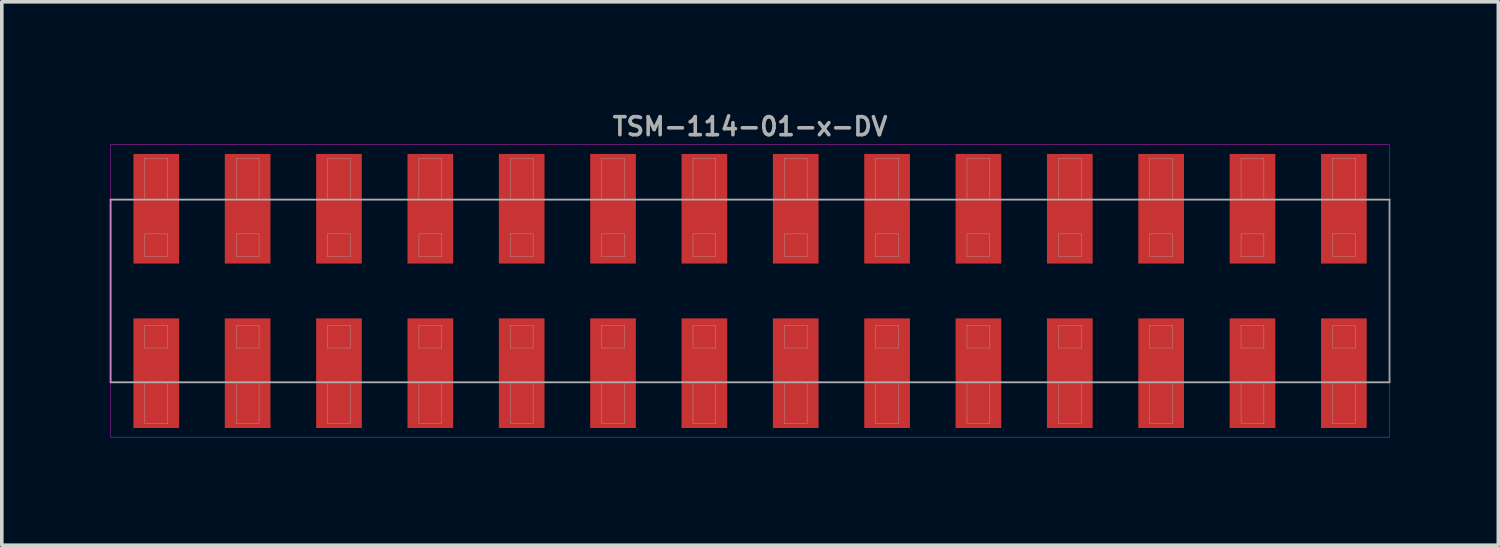
<source format=kicad_pcb>
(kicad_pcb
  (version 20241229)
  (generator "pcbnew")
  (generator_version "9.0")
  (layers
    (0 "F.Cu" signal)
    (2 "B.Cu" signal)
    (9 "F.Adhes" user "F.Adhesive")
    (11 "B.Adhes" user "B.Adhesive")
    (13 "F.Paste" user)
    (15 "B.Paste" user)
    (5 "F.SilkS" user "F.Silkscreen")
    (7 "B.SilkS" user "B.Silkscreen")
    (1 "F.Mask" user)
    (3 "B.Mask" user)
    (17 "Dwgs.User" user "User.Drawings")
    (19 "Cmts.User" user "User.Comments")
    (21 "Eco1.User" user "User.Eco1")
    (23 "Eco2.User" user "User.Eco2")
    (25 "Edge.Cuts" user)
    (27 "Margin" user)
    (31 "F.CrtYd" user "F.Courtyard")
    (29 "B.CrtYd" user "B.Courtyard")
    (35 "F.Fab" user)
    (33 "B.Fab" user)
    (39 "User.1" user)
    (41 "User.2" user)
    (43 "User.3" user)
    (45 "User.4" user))
  (footprint "TSM-114-01-x-DV"
    (layer "F.Cu")
    (at 17.805 5.04)
    (property "Reference" "TSM-114-01-x-DV" (at 0 -4.572 0) (layer "F.Fab") (effects (font (size 0.5 0.5) (thickness 0.1))))
    (attr smd)
    (fp_line (start -17.78 -4.064) (end -17.78 4.064) (stroke (width 0.01) (type solid)) (layer "F.CrtYd"))
    (fp_line (start -17.78 4.064) (end 17.78 4.064) (stroke (width 0.01) (type solid)) (layer "F.CrtYd"))
    (fp_line (start 17.78 -4.064) (end -17.78 -4.064) (stroke (width 0.01) (type solid)) (layer "F.CrtYd"))
    (fp_line (start 17.78 4.064) (end 17.78 -4.064) (stroke (width 0.01) (type solid)) (layer "F.CrtYd"))
    (fp_line (start -17.78 -2.54) (end 17.78 -2.54) (stroke (width 0.05) (type solid)) (layer "F.Fab"))
    (fp_line (start -17.78 2.54) (end -17.78 -2.54) (stroke (width 0.05) (type solid)) (layer "F.Fab"))
    (fp_line (start -16.828 -3.683) (end -16.192 -3.683) (stroke (width 0.01) (type solid)) (layer "F.Fab"))
    (fp_line (start -16.828 -2.54) (end -16.828 -3.683) (stroke (width 0.01) (type solid)) (layer "F.Fab"))
    (fp_line (start -16.828 -1.587) (end -16.828 -0.953) (stroke (width 0.01) (type solid)) (layer "F.Fab"))
    (fp_line (start -16.828 -0.953) (end -16.192 -0.953) (stroke (width 0.01) (type solid)) (layer "F.Fab"))
    (fp_line (start -16.828 0.953) (end -16.828 1.587) (stroke (width 0.01) (type solid)) (layer "F.Fab"))
    (fp_line (start -16.828 1.587) (end -16.192 1.587) (stroke (width 0.01) (type solid)) (layer "F.Fab"))
    (fp_line (start -16.828 3.683) (end -16.828 2.54) (stroke (width 0.01) (type solid)) (layer "F.Fab"))
    (fp_line (start -16.192 -3.683) (end -16.192 -2.54) (stroke (width 0.01) (type solid)) (layer "F.Fab"))
    (fp_line (start -16.192 -1.587) (end -16.828 -1.587) (stroke (width 0.01) (type solid)) (layer "F.Fab"))
    (fp_line (start -16.192 -0.953) (end -16.192 -1.587) (stroke (width 0.01) (type solid)) (layer "F.Fab"))
    (fp_line (start -16.192 0.953) (end -16.828 0.953) (stroke (width 0.01) (type solid)) (layer "F.Fab"))
    (fp_line (start -16.192 1.587) (end -16.192 0.953) (stroke (width 0.01) (type solid)) (layer "F.Fab"))
    (fp_line (start -16.192 2.54) (end -16.192 3.683) (stroke (width 0.01) (type solid)) (layer "F.Fab"))
    (fp_line (start -16.192 3.683) (end -16.828 3.683) (stroke (width 0.01) (type solid)) (layer "F.Fab"))
    (fp_line (start -14.287 -3.683) (end -13.652 -3.683) (stroke (width 0.01) (type solid)) (layer "F.Fab"))
    (fp_line (start -14.287 -2.54) (end -14.287 -3.683) (stroke (width 0.01) (type solid)) (layer "F.Fab"))
    (fp_line (start -14.287 -1.587) (end -14.287 -0.953) (stroke (width 0.01) (type solid)) (layer "F.Fab"))
    (fp_line (start -14.287 -0.953) (end -13.652 -0.953) (stroke (width 0.01) (type solid)) (layer "F.Fab"))
    (fp_line (start -14.287 0.953) (end -14.287 1.587) (stroke (width 0.01) (type solid)) (layer "F.Fab"))
    (fp_line (start -14.287 1.587) (end -13.652 1.587) (stroke (width 0.01) (type solid)) (layer "F.Fab"))
    (fp_line (start -14.287 3.683) (end -14.287 2.54) (stroke (width 0.01) (type solid)) (layer "F.Fab"))
    (fp_line (start -13.652 -3.683) (end -13.652 -2.54) (stroke (width 0.01) (type solid)) (layer "F.Fab"))
    (fp_line (start -13.652 -1.587) (end -14.287 -1.587) (stroke (width 0.01) (type solid)) (layer "F.Fab"))
    (fp_line (start -13.652 -0.953) (end -13.652 -1.587) (stroke (width 0.01) (type solid)) (layer "F.Fab"))
    (fp_line (start -13.652 0.953) (end -14.287 0.953) (stroke (width 0.01) (type solid)) (layer "F.Fab"))
    (fp_line (start -13.652 1.587) (end -13.652 0.953) (stroke (width 0.01) (type solid)) (layer "F.Fab"))
    (fp_line (start -13.652 2.54) (end -13.652 3.683) (stroke (width 0.01) (type solid)) (layer "F.Fab"))
    (fp_line (start -13.652 3.683) (end -14.287 3.683) (stroke (width 0.01) (type solid)) (layer "F.Fab"))
    (fp_line (start -11.748 -3.683) (end -11.113 -3.683) (stroke (width 0.01) (type solid)) (layer "F.Fab"))
    (fp_line (start -11.748 -2.54) (end -11.748 -3.683) (stroke (width 0.01) (type solid)) (layer "F.Fab"))
    (fp_line (start -11.748 -1.587) (end -11.748 -0.953) (stroke (width 0.01) (type solid)) (layer "F.Fab"))
    (fp_line (start -11.748 -0.953) (end -11.113 -0.953) (stroke (width 0.01) (type solid)) (layer "F.Fab"))
    (fp_line (start -11.748 0.953) (end -11.748 1.587) (stroke (width 0.01) (type solid)) (layer "F.Fab"))
    (fp_line (start -11.748 1.587) (end -11.113 1.587) (stroke (width 0.01) (type solid)) (layer "F.Fab"))
    (fp_line (start -11.748 3.683) (end -11.748 2.54) (stroke (width 0.01) (type solid)) (layer "F.Fab"))
    (fp_line (start -11.113 -3.683) (end -11.113 -2.54) (stroke (width 0.01) (type solid)) (layer "F.Fab"))
    (fp_line (start -11.113 -1.587) (end -11.748 -1.587) (stroke (width 0.01) (type solid)) (layer "F.Fab"))
    (fp_line (start -11.113 -0.953) (end -11.113 -1.587) (stroke (width 0.01) (type solid)) (layer "F.Fab"))
    (fp_line (start -11.113 0.953) (end -11.748 0.953) (stroke (width 0.01) (type solid)) (layer "F.Fab"))
    (fp_line (start -11.113 1.587) (end -11.113 0.953) (stroke (width 0.01) (type solid)) (layer "F.Fab"))
    (fp_line (start -11.113 2.54) (end -11.113 3.683) (stroke (width 0.01) (type solid)) (layer "F.Fab"))
    (fp_line (start -11.113 3.683) (end -11.748 3.683) (stroke (width 0.01) (type solid)) (layer "F.Fab"))
    (fp_line (start -9.207 -3.683) (end -8.572 -3.683) (stroke (width 0.01) (type solid)) (layer "F.Fab"))
    (fp_line (start -9.207 -2.54) (end -9.207 -3.683) (stroke (width 0.01) (type solid)) (layer "F.Fab"))
    (fp_line (start -9.207 -1.587) (end -9.207 -0.953) (stroke (width 0.01) (type solid)) (layer "F.Fab"))
    (fp_line (start -9.207 -0.953) (end -8.572 -0.953) (stroke (width 0.01) (type solid)) (layer "F.Fab"))
    (fp_line (start -9.207 0.953) (end -9.207 1.587) (stroke (width 0.01) (type solid)) (layer "F.Fab"))
    (fp_line (start -9.207 1.587) (end -8.572 1.587) (stroke (width 0.01) (type solid)) (layer "F.Fab"))
    (fp_line (start -9.207 3.683) (end -9.207 2.54) (stroke (width 0.01) (type solid)) (layer "F.Fab"))
    (fp_line (start -8.572 -3.683) (end -8.572 -2.54) (stroke (width 0.01) (type solid)) (layer "F.Fab"))
    (fp_line (start -8.572 -1.587) (end -9.207 -1.587) (stroke (width 0.01) (type solid)) (layer "F.Fab"))
    (fp_line (start -8.572 -0.953) (end -8.572 -1.587) (stroke (width 0.01) (type solid)) (layer "F.Fab"))
    (fp_line (start -8.572 0.953) (end -9.207 0.953) (stroke (width 0.01) (type solid)) (layer "F.Fab"))
    (fp_line (start -8.572 1.587) (end -8.572 0.953) (stroke (width 0.01) (type solid)) (layer "F.Fab"))
    (fp_line (start -8.572 2.54) (end -8.572 3.683) (stroke (width 0.01) (type solid)) (layer "F.Fab"))
    (fp_line (start -8.572 3.683) (end -9.207 3.683) (stroke (width 0.01) (type solid)) (layer "F.Fab"))
    (fp_line (start -6.668 -3.683) (end -6.032 -3.683) (stroke (width 0.01) (type solid)) (layer "F.Fab"))
    (fp_line (start -6.668 -2.54) (end -6.668 -3.683) (stroke (width 0.01) (type solid)) (layer "F.Fab"))
    (fp_line (start -6.668 -1.587) (end -6.668 -0.953) (stroke (width 0.01) (type solid)) (layer "F.Fab"))
    (fp_line (start -6.668 -0.953) (end -6.032 -0.953) (stroke (width 0.01) (type solid)) (layer "F.Fab"))
    (fp_line (start -6.668 0.953) (end -6.668 1.587) (stroke (width 0.01) (type solid)) (layer "F.Fab"))
    (fp_line (start -6.668 1.587) (end -6.032 1.587) (stroke (width 0.01) (type solid)) (layer "F.Fab"))
    (fp_line (start -6.668 3.683) (end -6.668 2.54) (stroke (width 0.01) (type solid)) (layer "F.Fab"))
    (fp_line (start -6.032 -3.683) (end -6.032 -2.54) (stroke (width 0.01) (type solid)) (layer "F.Fab"))
    (fp_line (start -6.032 -1.587) (end -6.668 -1.587) (stroke (width 0.01) (type solid)) (layer "F.Fab"))
    (fp_line (start -6.032 -0.953) (end -6.032 -1.587) (stroke (width 0.01) (type solid)) (layer "F.Fab"))
    (fp_line (start -6.032 0.953) (end -6.668 0.953) (stroke (width 0.01) (type solid)) (layer "F.Fab"))
    (fp_line (start -6.032 1.587) (end -6.032 0.953) (stroke (width 0.01) (type solid)) (layer "F.Fab"))
    (fp_line (start -6.032 2.54) (end -6.032 3.683) (stroke (width 0.01) (type solid)) (layer "F.Fab"))
    (fp_line (start -6.032 3.683) (end -6.668 3.683) (stroke (width 0.01) (type solid)) (layer "F.Fab"))
    (fp_line (start -4.128 -3.683) (end -3.493 -3.683) (stroke (width 0.01) (type solid)) (layer "F.Fab"))
    (fp_line (start -4.128 -2.54) (end -4.128 -3.683) (stroke (width 0.01) (type solid)) (layer "F.Fab"))
    (fp_line (start -4.128 -1.587) (end -4.128 -0.953) (stroke (width 0.01) (type solid)) (layer "F.Fab"))
    (fp_line (start -4.128 -0.953) (end -3.493 -0.953) (stroke (width 0.01) (type solid)) (layer "F.Fab"))
    (fp_line (start -4.128 0.953) (end -4.128 1.587) (stroke (width 0.01) (type solid)) (layer "F.Fab"))
    (fp_line (start -4.128 1.587) (end -3.493 1.587) (stroke (width 0.01) (type solid)) (layer "F.Fab"))
    (fp_line (start -4.128 3.683) (end -4.128 2.54) (stroke (width 0.01) (type solid)) (layer "F.Fab"))
    (fp_line (start -3.493 -3.683) (end -3.493 -2.54) (stroke (width 0.01) (type solid)) (layer "F.Fab"))
    (fp_line (start -3.493 -1.587) (end -4.128 -1.587) (stroke (width 0.01) (type solid)) (layer "F.Fab"))
    (fp_line (start -3.493 -0.953) (end -3.493 -1.587) (stroke (width 0.01) (type solid)) (layer "F.Fab"))
    (fp_line (start -3.493 0.953) (end -4.128 0.953) (stroke (width 0.01) (type solid)) (layer "F.Fab"))
    (fp_line (start -3.493 1.587) (end -3.493 0.953) (stroke (width 0.01) (type solid)) (layer "F.Fab"))
    (fp_line (start -3.493 2.54) (end -3.493 3.683) (stroke (width 0.01) (type solid)) (layer "F.Fab"))
    (fp_line (start -3.493 3.683) (end -4.128 3.683) (stroke (width 0.01) (type solid)) (layer "F.Fab"))
    (fp_line (start -1.587 -3.683) (end -0.953 -3.683) (stroke (width 0.01) (type solid)) (layer "F.Fab"))
    (fp_line (start -1.587 -2.54) (end -1.587 -3.683) (stroke (width 0.01) (type solid)) (layer "F.Fab"))
    (fp_line (start -1.587 -1.587) (end -1.587 -0.953) (stroke (width 0.01) (type solid)) (layer "F.Fab"))
    (fp_line (start -1.587 -0.953) (end -0.953 -0.953) (stroke (width 0.01) (type solid)) (layer "F.Fab"))
    (fp_line (start -1.587 0.953) (end -1.587 1.587) (stroke (width 0.01) (type solid)) (layer "F.Fab"))
    (fp_line (start -1.587 1.587) (end -0.953 1.587) (stroke (width 0.01) (type solid)) (layer "F.Fab"))
    (fp_line (start -1.587 3.683) (end -1.587 2.54) (stroke (width 0.01) (type solid)) (layer "F.Fab"))
    (fp_line (start -0.953 -3.683) (end -0.953 -2.54) (stroke (width 0.01) (type solid)) (layer "F.Fab"))
    (fp_line (start -0.953 -1.587) (end -1.587 -1.587) (stroke (width 0.01) (type solid)) (layer "F.Fab"))
    (fp_line (start -0.953 -0.953) (end -0.953 -1.587) (stroke (width 0.01) (type solid)) (layer "F.Fab"))
    (fp_line (start -0.953 0.953) (end -1.587 0.953) (stroke (width 0.01) (type solid)) (layer "F.Fab"))
    (fp_line (start -0.953 1.587) (end -0.953 0.953) (stroke (width 0.01) (type solid)) (layer "F.Fab"))
    (fp_line (start -0.953 2.54) (end -0.953 3.683) (stroke (width 0.01) (type solid)) (layer "F.Fab"))
    (fp_line (start -0.953 3.683) (end -1.587 3.683) (stroke (width 0.01) (type solid)) (layer "F.Fab"))
    (fp_line (start 0.953 -3.683) (end 1.587 -3.683) (stroke (width 0.01) (type solid)) (layer "F.Fab"))
    (fp_line (start 0.953 -2.54) (end 0.953 -3.683) (stroke (width 0.01) (type solid)) (layer "F.Fab"))
    (fp_line (start 0.953 -1.587) (end 0.953 -0.953) (stroke (width 0.01) (type solid)) (layer "F.Fab"))
    (fp_line (start 0.953 -0.953) (end 1.587 -0.953) (stroke (width 0.01) (type solid)) (layer "F.Fab"))
    (fp_line (start 0.953 0.953) (end 0.953 1.587) (stroke (width 0.01) (type solid)) (layer "F.Fab"))
    (fp_line (start 0.953 1.587) (end 1.587 1.587) (stroke (width 0.01) (type solid)) (layer "F.Fab"))
    (fp_line (start 0.953 3.683) (end 0.953 2.54) (stroke (width 0.01) (type solid)) (layer "F.Fab"))
    (fp_line (start 1.587 -3.683) (end 1.587 -2.54) (stroke (width 0.01) (type solid)) (layer "F.Fab"))
    (fp_line (start 1.587 -1.587) (end 0.953 -1.587) (stroke (width 0.01) (type solid)) (layer "F.Fab"))
    (fp_line (start 1.587 -0.953) (end 1.587 -1.587) (stroke (width 0.01) (type solid)) (layer "F.Fab"))
    (fp_line (start 1.587 0.953) (end 0.953 0.953) (stroke (width 0.01) (type solid)) (layer "F.Fab"))
    (fp_line (start 1.587 1.587) (end 1.587 0.953) (stroke (width 0.01) (type solid)) (layer "F.Fab"))
    (fp_line (start 1.587 2.54) (end 1.587 3.683) (stroke (width 0.01) (type solid)) (layer "F.Fab"))
    (fp_line (start 1.587 3.683) (end 0.953 3.683) (stroke (width 0.01) (type solid)) (layer "F.Fab"))
    (fp_line (start 3.493 -3.683) (end 4.128 -3.683) (stroke (width 0.01) (type solid)) (layer "F.Fab"))
    (fp_line (start 3.493 -2.54) (end 3.493 -3.683) (stroke (width 0.01) (type solid)) (layer "F.Fab"))
    (fp_line (start 3.493 -1.587) (end 3.493 -0.953) (stroke (width 0.01) (type solid)) (layer "F.Fab"))
    (fp_line (start 3.493 -0.953) (end 4.128 -0.953) (stroke (width 0.01) (type solid)) (layer "F.Fab"))
    (fp_line (start 3.493 0.953) (end 3.493 1.587) (stroke (width 0.01) (type solid)) (layer "F.Fab"))
    (fp_line (start 3.493 1.587) (end 4.128 1.587) (stroke (width 0.01) (type solid)) (layer "F.Fab"))
    (fp_line (start 3.493 3.683) (end 3.493 2.54) (stroke (width 0.01) (type solid)) (layer "F.Fab"))
    (fp_line (start 4.128 -3.683) (end 4.128 -2.54) (stroke (width 0.01) (type solid)) (layer "F.Fab"))
    (fp_line (start 4.128 -1.587) (end 3.493 -1.587) (stroke (width 0.01) (type solid)) (layer "F.Fab"))
    (fp_line (start 4.128 -0.953) (end 4.128 -1.587) (stroke (width 0.01) (type solid)) (layer "F.Fab"))
    (fp_line (start 4.128 0.953) (end 3.493 0.953) (stroke (width 0.01) (type solid)) (layer "F.Fab"))
    (fp_line (start 4.128 1.587) (end 4.128 0.953) (stroke (width 0.01) (type solid)) (layer "F.Fab"))
    (fp_line (start 4.128 2.54) (end 4.128 3.683) (stroke (width 0.01) (type solid)) (layer "F.Fab"))
    (fp_line (start 4.128 3.683) (end 3.493 3.683) (stroke (width 0.01) (type solid)) (layer "F.Fab"))
    (fp_line (start 6.032 -3.683) (end 6.668 -3.683) (stroke (width 0.01) (type solid)) (layer "F.Fab"))
    (fp_line (start 6.032 -2.54) (end 6.032 -3.683) (stroke (width 0.01) (type solid)) (layer "F.Fab"))
    (fp_line (start 6.032 -1.587) (end 6.032 -0.953) (stroke (width 0.01) (type solid)) (layer "F.Fab"))
    (fp_line (start 6.032 -0.953) (end 6.668 -0.953) (stroke (width 0.01) (type solid)) (layer "F.Fab"))
    (fp_line (start 6.032 0.953) (end 6.032 1.587) (stroke (width 0.01) (type solid)) (layer "F.Fab"))
    (fp_line (start 6.032 1.587) (end 6.668 1.587) (stroke (width 0.01) (type solid)) (layer "F.Fab"))
    (fp_line (start 6.032 3.683) (end 6.032 2.54) (stroke (width 0.01) (type solid)) (layer "F.Fab"))
    (fp_line (start 6.668 -3.683) (end 6.668 -2.54) (stroke (width 0.01) (type solid)) (layer "F.Fab"))
    (fp_line (start 6.668 -1.587) (end 6.032 -1.587) (stroke (width 0.01) (type solid)) (layer "F.Fab"))
    (fp_line (start 6.668 -0.953) (end 6.668 -1.587) (stroke (width 0.01) (type solid)) (layer "F.Fab"))
    (fp_line (start 6.668 0.953) (end 6.032 0.953) (stroke (width 0.01) (type solid)) (layer "F.Fab"))
    (fp_line (start 6.668 1.587) (end 6.668 0.953) (stroke (width 0.01) (type solid)) (layer "F.Fab"))
    (fp_line (start 6.668 2.54) (end 6.668 3.683) (stroke (width 0.01) (type solid)) (layer "F.Fab"))
    (fp_line (start 6.668 3.683) (end 6.032 3.683) (stroke (width 0.01) (type solid)) (layer "F.Fab"))
    (fp_line (start 8.572 -3.683) (end 9.207 -3.683) (stroke (width 0.01) (type solid)) (layer "F.Fab"))
    (fp_line (start 8.572 -2.54) (end 8.572 -3.683) (stroke (width 0.01) (type solid)) (layer "F.Fab"))
    (fp_line (start 8.572 -1.587) (end 8.572 -0.953) (stroke (width 0.01) (type solid)) (layer "F.Fab"))
    (fp_line (start 8.572 -0.953) (end 9.207 -0.953) (stroke (width 0.01) (type solid)) (layer "F.Fab"))
    (fp_line (start 8.572 0.953) (end 8.572 1.587) (stroke (width 0.01) (type solid)) (layer "F.Fab"))
    (fp_line (start 8.572 1.587) (end 9.207 1.587) (stroke (width 0.01) (type solid)) (layer "F.Fab"))
    (fp_line (start 8.572 3.683) (end 8.572 2.54) (stroke (width 0.01) (type solid)) (layer "F.Fab"))
    (fp_line (start 9.207 -3.683) (end 9.207 -2.54) (stroke (width 0.01) (type solid)) (layer "F.Fab"))
    (fp_line (start 9.207 -1.587) (end 8.572 -1.587) (stroke (width 0.01) (type solid)) (layer "F.Fab"))
    (fp_line (start 9.207 -0.953) (end 9.207 -1.587) (stroke (width 0.01) (type solid)) (layer "F.Fab"))
    (fp_line (start 9.207 0.953) (end 8.572 0.953) (stroke (width 0.01) (type solid)) (layer "F.Fab"))
    (fp_line (start 9.207 1.587) (end 9.207 0.953) (stroke (width 0.01) (type solid)) (layer "F.Fab"))
    (fp_line (start 9.207 2.54) (end 9.207 3.683) (stroke (width 0.01) (type solid)) (layer "F.Fab"))
    (fp_line (start 9.207 3.683) (end 8.572 3.683) (stroke (width 0.01) (type solid)) (layer "F.Fab"))
    (fp_line (start 11.113 -3.683) (end 11.748 -3.683) (stroke (width 0.01) (type solid)) (layer "F.Fab"))
    (fp_line (start 11.113 -2.54) (end 11.113 -3.683) (stroke (width 0.01) (type solid)) (layer "F.Fab"))
    (fp_line (start 11.113 -1.587) (end 11.113 -0.953) (stroke (width 0.01) (type solid)) (layer "F.Fab"))
    (fp_line (start 11.113 -0.953) (end 11.748 -0.953) (stroke (width 0.01) (type solid)) (layer "F.Fab"))
    (fp_line (start 11.113 0.953) (end 11.113 1.587) (stroke (width 0.01) (type solid)) (layer "F.Fab"))
    (fp_line (start 11.113 1.587) (end 11.748 1.587) (stroke (width 0.01) (type solid)) (layer "F.Fab"))
    (fp_line (start 11.113 3.683) (end 11.113 2.54) (stroke (width 0.01) (type solid)) (layer "F.Fab"))
    (fp_line (start 11.748 -3.683) (end 11.748 -2.54) (stroke (width 0.01) (type solid)) (layer "F.Fab"))
    (fp_line (start 11.748 -1.587) (end 11.113 -1.587) (stroke (width 0.01) (type solid)) (layer "F.Fab"))
    (fp_line (start 11.748 -0.953) (end 11.748 -1.587) (stroke (width 0.01) (type solid)) (layer "F.Fab"))
    (fp_line (start 11.748 0.953) (end 11.113 0.953) (stroke (width 0.01) (type solid)) (layer "F.Fab"))
    (fp_line (start 11.748 1.587) (end 11.748 0.953) (stroke (width 0.01) (type solid)) (layer "F.Fab"))
    (fp_line (start 11.748 2.54) (end 11.748 3.683) (stroke (width 0.01) (type solid)) (layer "F.Fab"))
    (fp_line (start 11.748 3.683) (end 11.113 3.683) (stroke (width 0.01) (type solid)) (layer "F.Fab"))
    (fp_line (start 13.652 -3.683) (end 14.287 -3.683) (stroke (width 0.01) (type solid)) (layer "F.Fab"))
    (fp_line (start 13.652 -2.54) (end 13.652 -3.683) (stroke (width 0.01) (type solid)) (layer "F.Fab"))
    (fp_line (start 13.652 -1.587) (end 13.652 -0.953) (stroke (width 0.01) (type solid)) (layer "F.Fab"))
    (fp_line (start 13.652 -0.953) (end 14.287 -0.953) (stroke (width 0.01) (type solid)) (layer "F.Fab"))
    (fp_line (start 13.652 0.953) (end 13.652 1.587) (stroke (width 0.01) (type solid)) (layer "F.Fab"))
    (fp_line (start 13.652 1.587) (end 14.287 1.587) (stroke (width 0.01) (type solid)) (layer "F.Fab"))
    (fp_line (start 13.652 3.683) (end 13.652 2.54) (stroke (width 0.01) (type solid)) (layer "F.Fab"))
    (fp_line (start 14.287 -3.683) (end 14.287 -2.54) (stroke (width 0.01) (type solid)) (layer "F.Fab"))
    (fp_line (start 14.287 -1.587) (end 13.652 -1.587) (stroke (width 0.01) (type solid)) (layer "F.Fab"))
    (fp_line (start 14.287 -0.953) (end 14.287 -1.587) (stroke (width 0.01) (type solid)) (layer "F.Fab"))
    (fp_line (start 14.287 0.953) (end 13.652 0.953) (stroke (width 0.01) (type solid)) (layer "F.Fab"))
    (fp_line (start 14.287 1.587) (end 14.287 0.953) (stroke (width 0.01) (type solid)) (layer "F.Fab"))
    (fp_line (start 14.287 2.54) (end 14.287 3.683) (stroke (width 0.01) (type solid)) (layer "F.Fab"))
    (fp_line (start 14.287 3.683) (end 13.652 3.683) (stroke (width 0.01) (type solid)) (layer "F.Fab"))
    (fp_line (start 16.192 -3.683) (end 16.828 -3.683) (stroke (width 0.01) (type solid)) (layer "F.Fab"))
    (fp_line (start 16.192 -2.54) (end 16.192 -3.683) (stroke (width 0.01) (type solid)) (layer "F.Fab"))
    (fp_line (start 16.192 -1.587) (end 16.192 -0.953) (stroke (width 0.01) (type solid)) (layer "F.Fab"))
    (fp_line (start 16.192 -0.953) (end 16.828 -0.953) (stroke (width 0.01) (type solid)) (layer "F.Fab"))
    (fp_line (start 16.192 0.953) (end 16.192 1.587) (stroke (width 0.01) (type solid)) (layer "F.Fab"))
    (fp_line (start 16.192 1.587) (end 16.828 1.587) (stroke (width 0.01) (type solid)) (layer "F.Fab"))
    (fp_line (start 16.192 3.683) (end 16.192 2.54) (stroke (width 0.01) (type solid)) (layer "F.Fab"))
    (fp_line (start 16.828 -3.683) (end 16.828 -2.54) (stroke (width 0.01) (type solid)) (layer "F.Fab"))
    (fp_line (start 16.828 -1.587) (end 16.192 -1.587) (stroke (width 0.01) (type solid)) (layer "F.Fab"))
    (fp_line (start 16.828 -0.953) (end 16.828 -1.587) (stroke (width 0.01) (type solid)) (layer "F.Fab"))
    (fp_line (start 16.828 0.953) (end 16.192 0.953) (stroke (width 0.01) (type solid)) (layer "F.Fab"))
    (fp_line (start 16.828 1.587) (end 16.828 0.953) (stroke (width 0.01) (type solid)) (layer "F.Fab"))
    (fp_line (start 16.828 2.54) (end 16.828 3.683) (stroke (width 0.01) (type solid)) (layer "F.Fab"))
    (fp_line (start 16.828 3.683) (end 16.192 3.683) (stroke (width 0.01) (type solid)) (layer "F.Fab"))
    (fp_line (start 17.78 -2.54) (end 17.78 2.54) (stroke (width 0.05) (type solid)) (layer "F.Fab"))
    (fp_line (start 17.78 2.54) (end -17.78 2.54) (stroke (width 0.05) (type solid)) (layer "F.Fab"))
    (pad "1" smd rect (at -16.51 2.286) (size 1.27 3.048) (layers "F.Cu" "F.Mask" "F.Paste"))
    (pad "2" smd rect (at -16.51 -2.286) (size 1.27 3.048) (layers "F.Cu" "F.Mask" "F.Paste"))
    (pad "3" smd rect (at -13.97 2.286) (size 1.27 3.048) (layers "F.Cu" "F.Mask" "F.Paste"))
    (pad "4" smd rect (at -13.97 -2.286) (size 1.27 3.048) (layers "F.Cu" "F.Mask" "F.Paste"))
    (pad "5" smd rect (at -11.43 2.286) (size 1.27 3.048) (layers "F.Cu" "F.Mask" "F.Paste"))
    (pad "6" smd rect (at -11.43 -2.286) (size 1.27 3.048) (layers "F.Cu" "F.Mask" "F.Paste"))
    (pad "7" smd rect (at -8.89 2.286) (size 1.27 3.048) (layers "F.Cu" "F.Mask" "F.Paste"))
    (pad "8" smd rect (at -8.89 -2.286) (size 1.27 3.048) (layers "F.Cu" "F.Mask" "F.Paste"))
    (pad "9" smd rect (at -6.35 2.286) (size 1.27 3.048) (layers "F.Cu" "F.Mask" "F.Paste"))
    (pad "10" smd rect (at -6.35 -2.286) (size 1.27 3.048) (layers "F.Cu" "F.Mask" "F.Paste"))
    (pad "11" smd rect (at -3.81 2.286) (size 1.27 3.048) (layers "F.Cu" "F.Mask" "F.Paste"))
    (pad "12" smd rect (at -3.81 -2.286) (size 1.27 3.048) (layers "F.Cu" "F.Mask" "F.Paste"))
    (pad "13" smd rect (at -1.27 2.286) (size 1.27 3.048) (layers "F.Cu" "F.Mask" "F.Paste"))
    (pad "14" smd rect (at -1.27 -2.286) (size 1.27 3.048) (layers "F.Cu" "F.Mask" "F.Paste"))
    (pad "15" smd rect (at 1.27 2.286) (size 1.27 3.048) (layers "F.Cu" "F.Mask" "F.Paste"))
    (pad "16" smd rect (at 1.27 -2.286) (size 1.27 3.048) (layers "F.Cu" "F.Mask" "F.Paste"))
    (pad "17" smd rect (at 3.81 2.286) (size 1.27 3.048) (layers "F.Cu" "F.Mask" "F.Paste"))
    (pad "18" smd rect (at 3.81 -2.286) (size 1.27 3.048) (layers "F.Cu" "F.Mask" "F.Paste"))
    (pad "19" smd rect (at 6.35 2.286) (size 1.27 3.048) (layers "F.Cu" "F.Mask" "F.Paste"))
    (pad "20" smd rect (at 6.35 -2.286) (size 1.27 3.048) (layers "F.Cu" "F.Mask" "F.Paste"))
    (pad "21" smd rect (at 8.89 2.286) (size 1.27 3.048) (layers "F.Cu" "F.Mask" "F.Paste"))
    (pad "22" smd rect (at 8.89 -2.286) (size 1.27 3.048) (layers "F.Cu" "F.Mask" "F.Paste"))
    (pad "23" smd rect (at 11.43 2.286) (size 1.27 3.048) (layers "F.Cu" "F.Mask" "F.Paste"))
    (pad "24" smd rect (at 11.43 -2.286) (size 1.27 3.048) (layers "F.Cu" "F.Mask" "F.Paste"))
    (pad "25" smd rect (at 13.97 2.286) (size 1.27 3.048) (layers "F.Cu" "F.Mask" "F.Paste"))
    (pad "26" smd rect (at 13.97 -2.286) (size 1.27 3.048) (layers "F.Cu" "F.Mask" "F.Paste"))
    (pad "27" smd rect (at 16.51 2.286) (size 1.27 3.048) (layers "F.Cu" "F.Mask" "F.Paste"))
    (pad "28" smd rect (at 16.51 -2.286) (size 1.27 3.048) (layers "F.Cu" "F.Mask" "F.Paste")))
  (gr_rect
    (start -3 -3)
    (end 38.61 12.109)
    (stroke (width 0.1) (type default))
    (fill no)
    (layer "Edge.Cuts")))
</source>
